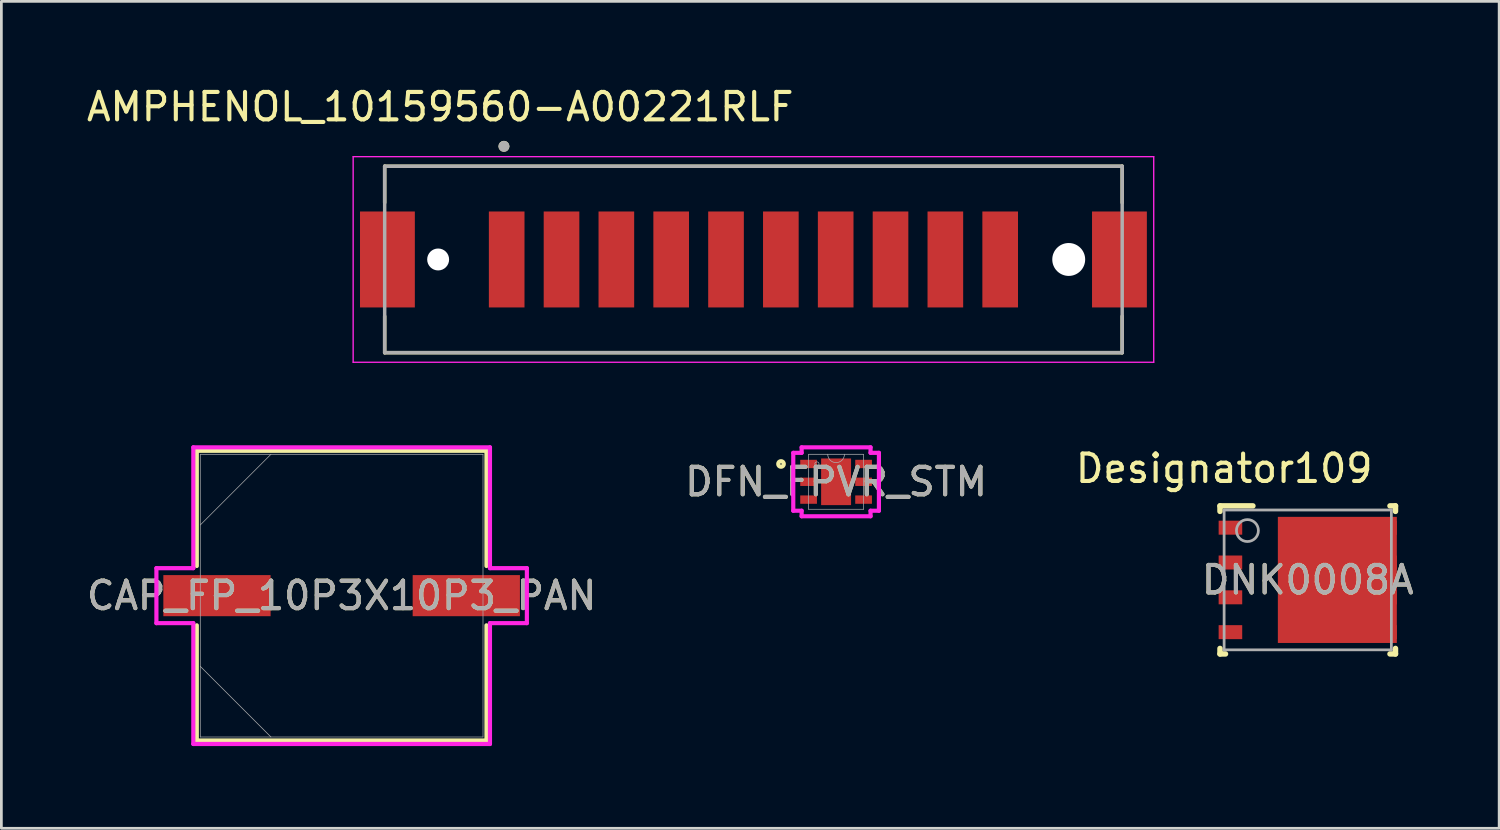
<source format=kicad_pcb>
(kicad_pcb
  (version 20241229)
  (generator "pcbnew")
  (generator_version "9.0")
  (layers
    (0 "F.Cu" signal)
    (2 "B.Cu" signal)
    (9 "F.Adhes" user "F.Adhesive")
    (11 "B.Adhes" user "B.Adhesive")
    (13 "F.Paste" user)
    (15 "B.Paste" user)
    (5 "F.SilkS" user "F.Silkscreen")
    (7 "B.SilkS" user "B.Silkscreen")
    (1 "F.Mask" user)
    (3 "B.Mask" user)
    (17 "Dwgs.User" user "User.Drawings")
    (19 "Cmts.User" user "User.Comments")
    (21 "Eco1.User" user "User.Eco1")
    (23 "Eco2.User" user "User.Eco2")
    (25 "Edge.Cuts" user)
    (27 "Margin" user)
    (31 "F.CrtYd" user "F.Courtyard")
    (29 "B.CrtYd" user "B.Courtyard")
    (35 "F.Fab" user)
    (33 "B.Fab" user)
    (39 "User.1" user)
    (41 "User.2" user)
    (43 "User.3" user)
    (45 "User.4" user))
  (footprint "AMPHENOL_10159560-A00221RLF"
    (layer "F.Cu")
    (at 24.431 6.414)
    (property "Reference" "AMPHENOL_10159560-A00221RLF" (at -11.425 -5.566 0) (layer "F.SilkS") (effects (font (size 1 1) (thickness 0.15))))
    (attr smd)
    (fp_line (start -13.45 -3.4) (end 13.45 -3.4) (stroke (width 0.127) (type solid)) (layer "F.SilkS"))
    (fp_line (start -13.45 -2.07) (end -13.45 -3.4) (stroke (width 0.127) (type solid)) (layer "F.SilkS"))
    (fp_line (start -13.45 3.4) (end -13.45 2.07) (stroke (width 0.127) (type solid)) (layer "F.SilkS"))
    (fp_line (start 13.45 -3.4) (end 13.45 -2.07) (stroke (width 0.127) (type solid)) (layer "F.SilkS"))
    (fp_line (start 13.45 3.4) (end -13.45 3.4) (stroke (width 0.127) (type solid)) (layer "F.SilkS"))
    (fp_line (start 13.45 3.4) (end 13.45 2.07) (stroke (width 0.127) (type solid)) (layer "F.SilkS"))
    (fp_circle (center -9.1 -4.127) (end -9 -4.127) (stroke (width 0.2) (type solid)) (fill no) (layer "F.SilkS"))
    (fp_line (start -14.6 -3.75) (end -14.6 3.75) (stroke (width 0.05) (type solid)) (layer "F.CrtYd"))
    (fp_line (start -14.6 3.75) (end 14.6 3.75) (stroke (width 0.05) (type solid)) (layer "F.CrtYd"))
    (fp_line (start 14.6 -3.75) (end -14.6 -3.75) (stroke (width 0.05) (type solid)) (layer "F.CrtYd"))
    (fp_line (start 14.6 3.75) (end 14.6 -3.75) (stroke (width 0.05) (type solid)) (layer "F.CrtYd"))
    (fp_line (start -13.45 -3.4) (end 13.45 -3.4) (stroke (width 0.127) (type solid)) (layer "F.Fab"))
    (fp_line (start -13.45 3.4) (end -13.45 -3.4) (stroke (width 0.127) (type solid)) (layer "F.Fab"))
    (fp_line (start 13.45 -3.4) (end 13.45 3.4) (stroke (width 0.127) (type solid)) (layer "F.Fab"))
    (fp_line (start 13.45 3.4) (end -13.45 3.4) (stroke (width 0.127) (type solid)) (layer "F.Fab"))
    (fp_circle (center -9.1 -4.127) (end -9 -4.127) (stroke (width 0.2) (type solid)) (fill no) (layer "F.Fab"))
    (pad "" np_thru_hole circle (at -11.5 0) (size 0.8 0.8) (drill 0.8) (layers "*.Cu" "*.Mask"))
    (pad "" np_thru_hole circle (at 11.5 0) (size 1.2 1.2) (drill 1.2) (layers "*.Cu" "*.Mask"))
    (pad "1" smd rect (at -9 0) (size 1.3 3.5) (layers "F.Cu" "F.Mask" "F.Paste"))
    (pad "2" smd rect (at -7 0) (size 1.3 3.5) (layers "F.Cu" "F.Mask" "F.Paste"))
    (pad "3" smd rect (at -5 0) (size 1.3 3.5) (layers "F.Cu" "F.Mask" "F.Paste"))
    (pad "4" smd rect (at -3 0) (size 1.3 3.5) (layers "F.Cu" "F.Mask" "F.Paste"))
    (pad "5" smd rect (at -1 0) (size 1.3 3.5) (layers "F.Cu" "F.Mask" "F.Paste"))
    (pad "6" smd rect (at 1 0) (size 1.3 3.5) (layers "F.Cu" "F.Mask" "F.Paste"))
    (pad "7" smd rect (at 3 0) (size 1.3 3.5) (layers "F.Cu" "F.Mask" "F.Paste"))
    (pad "8" smd rect (at 5 0) (size 1.3 3.5) (layers "F.Cu" "F.Mask" "F.Paste"))
    (pad "9" smd rect (at 7 0) (size 1.3 3.5) (layers "F.Cu" "F.Mask" "F.Paste"))
    (pad "10" smd rect (at 9 0) (size 1.3 3.5) (layers "F.Cu" "F.Mask" "F.Paste"))
    (pad "S1" smd rect (at -13.35 0) (size 2 3.5) (layers "F.Cu" "F.Mask" "F.Paste"))
    (pad "S2" smd rect (at 13.35 0) (size 2 3.5) (layers "F.Cu" "F.Mask" "F.Paste")))
  (footprint "DFN_FPVR_STM"
    (layer "F.Cu")
    (at 27.446 14.523)
    (property "Reference" "DFN_FPVR_STM" (at 0 0 0) (unlocked yes) (layer "F.SilkS") (effects (font (size 1 1) (thickness 0.15))))
    (attr smd)
    (fp_circle (center -2.009 -0.65) (end -1.907 -0.65) (stroke (width 0.152) (type solid)) (fill no) (layer "F.SilkS"))
    (fp_line (start -1.562 -1.056) (end -1.257 -1.056) (stroke (width 0.152) (type solid)) (layer "F.CrtYd"))
    (fp_line (start -1.562 1.056) (end -1.562 -1.056) (stroke (width 0.152) (type solid)) (layer "F.CrtYd"))
    (fp_line (start -1.562 1.056) (end -1.257 1.056) (stroke (width 0.152) (type solid)) (layer "F.CrtYd"))
    (fp_line (start -1.257 -1.257) (end 1.257 -1.257) (stroke (width 0.152) (type solid)) (layer "F.CrtYd"))
    (fp_line (start -1.257 -1.056) (end -1.257 -1.257) (stroke (width 0.152) (type solid)) (layer "F.CrtYd"))
    (fp_line (start -1.257 1.257) (end -1.257 1.056) (stroke (width 0.152) (type solid)) (layer "F.CrtYd"))
    (fp_line (start 1.257 -1.257) (end 1.257 -1.056) (stroke (width 0.152) (type solid)) (layer "F.CrtYd"))
    (fp_line (start 1.257 1.056) (end 1.257 1.257) (stroke (width 0.152) (type solid)) (layer "F.CrtYd"))
    (fp_line (start 1.257 1.257) (end -1.257 1.257) (stroke (width 0.152) (type solid)) (layer "F.CrtYd"))
    (fp_line (start 1.562 -1.056) (end 1.257 -1.056) (stroke (width 0.152) (type solid)) (layer "F.CrtYd"))
    (fp_line (start 1.562 -1.056) (end 1.562 1.056) (stroke (width 0.152) (type solid)) (layer "F.CrtYd"))
    (fp_line (start 1.562 1.056) (end 1.257 1.056) (stroke (width 0.152) (type solid)) (layer "F.CrtYd"))
    (fp_line (start -1.003 -1.003) (end -1.003 1.003) (stroke (width 0.025) (type solid)) (layer "F.Fab"))
    (fp_line (start -1.003 1.003) (end 1.003 1.003) (stroke (width 0.025) (type solid)) (layer "F.Fab"))
    (fp_line (start 1.003 -1.003) (end -1.003 -1.003) (stroke (width 0.025) (type solid)) (layer "F.Fab"))
    (fp_line (start 1.003 1.003) (end 1.003 -1.003) (stroke (width 0.025) (type solid)) (layer "F.Fab"))
    (fp_arc (start 0.3048 -1.0033) (mid 0 -0.6985) (end -0.3048 -1.0033) (stroke (width 0.0254) (type solid)) (layer "F.Fab"))
    (fp_circle (center -0.699 -0.65) (end -0.622 -0.65) (stroke (width 0.025) (type solid)) (fill no) (layer "F.Fab"))
    (fp_text user "${REFERENCE}" (at 0 0 0) (unlocked yes) (layer "F.Fab") (effects (font (size 1 1) (thickness 0.15))))
    (pad "1" smd rect (at -1.003 -0.65) (size 0.61 0.305) (layers "F.Cu" "F.Mask" "F.Paste"))
    (pad "2" smd rect (at -1.003 0) (size 0.61 0.305) (layers "F.Cu" "F.Mask" "F.Paste"))
    (pad "3" smd rect (at -1.003 0.65) (size 0.61 0.305) (layers "F.Cu" "F.Mask" "F.Paste"))
    (pad "4" smd rect (at 1.003 0.65) (size 0.61 0.305) (layers "F.Cu" "F.Mask" "F.Paste"))
    (pad "5" smd rect (at 1.003 0) (size 0.61 0.305) (layers "F.Cu" "F.Mask" "F.Paste"))
    (pad "6" smd rect (at 1.003 -0.65) (size 0.61 0.305) (layers "F.Cu" "F.Mask" "F.Paste"))
    (pad "7" smd rect (at 0 0) (size 1.092 1.702) (layers "F.Cu" "F.Mask" "F.Paste")))
  (footprint "DNK0008A"
    (layer "F.Cu")
    (at 44.649 18.102)
    (property "Reference" "DNK0008A" (at 0 0 0) (unlocked yes) (layer "F.SilkS") (effects (font (size 1 1) (thickness 0.15))))
    (attr smd)
    (fp_line (start -3.2 -2.7) (end -2 -2.7) (stroke (width 0.2) (type solid)) (layer "F.SilkS"))
    (fp_line (start -3.2 -2.5) (end -3.2 -2.7) (stroke (width 0.2) (type solid)) (layer "F.SilkS"))
    (fp_line (start -3.2 2.7) (end -3.2 2.5) (stroke (width 0.2) (type solid)) (layer "F.SilkS"))
    (fp_line (start -3.2 2.7) (end -3 2.7) (stroke (width 0.2) (type solid)) (layer "F.SilkS"))
    (fp_line (start 3 -2.7) (end 3.2 -2.7) (stroke (width 0.2) (type solid)) (layer "F.SilkS"))
    (fp_line (start 3 2.7) (end 3.2 2.7) (stroke (width 0.2) (type solid)) (layer "F.SilkS"))
    (fp_line (start 3.2 -2.5) (end 3.2 -2.7) (stroke (width 0.2) (type solid)) (layer "F.SilkS"))
    (fp_line (start 3.2 2.7) (end 3.2 2.5) (stroke (width 0.2) (type solid)) (layer "F.SilkS"))
    (fp_poly (pts (xy -0.92 -0.886) (xy -0.92 -2.054) (xy -0.919 -2.064) (xy -0.916 -2.074) (xy -0.911 -2.082) (xy -0.905 -2.09) (xy -0.897 -2.096) (xy -0.889 -2.101) (xy -0.879 -2.104) (xy -0.869 -2.105) (xy 0.509 -2.105) (xy 0.519 -2.104) (xy 0.529 -2.101) (xy 0.537 -2.096) (xy 0.545 -2.09) (xy 0.551 -2.082) (xy 0.556 -2.074) (xy 0.559 -2.064) (xy 0.56 -2.054) (xy 0.56 -0.886) (xy 0.559 -0.876) (xy 0.556 -0.866) (xy 0.551 -0.858) (xy 0.545 -0.85) (xy 0.537 -0.844) (xy 0.529 -0.839) (xy 0.519 -0.836) (xy 0.509 -0.835) (xy -0.869 -0.835) (xy -0.879 -0.836) (xy -0.889 -0.839) (xy -0.897 -0.844) (xy -0.905 -0.85) (xy -0.911 -0.858) (xy -0.916 -0.866) (xy -0.919 -0.876)) (stroke (width 0) (type solid)) (fill yes) (layer "F.Paste"))
    (fp_poly (pts (xy -0.92 0.584) (xy -0.92 -0.584) (xy -0.919 -0.594) (xy -0.916 -0.604) (xy -0.911 -0.612) (xy -0.905 -0.62) (xy -0.897 -0.626) (xy -0.889 -0.631) (xy -0.879 -0.634) (xy -0.869 -0.635) (xy 0.509 -0.635) (xy 0.519 -0.634) (xy 0.529 -0.631) (xy 0.537 -0.626) (xy 0.545 -0.62) (xy 0.551 -0.612) (xy 0.556 -0.604) (xy 0.559 -0.594) (xy 0.56 -0.584) (xy 0.56 0.584) (xy 0.559 0.594) (xy 0.556 0.604) (xy 0.551 0.612) (xy 0.545 0.62) (xy 0.537 0.626) (xy 0.529 0.631) (xy 0.519 0.634) (xy 0.509 0.635) (xy -0.869 0.635) (xy -0.879 0.634) (xy -0.889 0.631) (xy -0.897 0.626) (xy -0.905 0.62) (xy -0.911 0.612) (xy -0.916 0.604) (xy -0.919 0.594)) (stroke (width 0) (type solid)) (fill yes) (layer "F.Paste"))
    (fp_poly (pts (xy -0.92 2.054) (xy -0.92 0.886) (xy -0.919 0.876) (xy -0.916 0.866) (xy -0.911 0.858) (xy -0.905 0.85) (xy -0.897 0.844) (xy -0.889 0.839) (xy -0.879 0.836) (xy -0.869 0.835) (xy 0.509 0.835) (xy 0.519 0.836) (xy 0.529 0.839) (xy 0.537 0.844) (xy 0.545 0.85) (xy 0.551 0.858) (xy 0.556 0.866) (xy 0.559 0.876) (xy 0.56 0.886) (xy 0.56 2.054) (xy 0.559 2.064) (xy 0.556 2.074) (xy 0.551 2.082) (xy 0.545 2.09) (xy 0.537 2.096) (xy 0.529 2.101) (xy 0.519 2.104) (xy 0.509 2.105) (xy -0.869 2.105) (xy -0.879 2.104) (xy -0.889 2.101) (xy -0.897 2.096) (xy -0.905 2.09) (xy -0.911 2.082) (xy -0.916 2.074) (xy -0.919 2.064)) (stroke (width 0) (type solid)) (fill yes) (layer "F.Paste"))
    (fp_poly (pts (xy 0.76 -0.886) (xy 0.76 -2.054) (xy 0.761 -2.064) (xy 0.764 -2.074) (xy 0.769 -2.082) (xy 0.775 -2.09) (xy 0.783 -2.096) (xy 0.791 -2.101) (xy 0.801 -2.104) (xy 0.811 -2.105) (xy 2.189 -2.105) (xy 2.199 -2.104) (xy 2.209 -2.101) (xy 2.217 -2.096) (xy 2.225 -2.09) (xy 2.231 -2.082) (xy 2.236 -2.074) (xy 2.239 -2.064) (xy 2.24 -2.054) (xy 2.24 -0.886) (xy 2.239 -0.876) (xy 2.236 -0.866) (xy 2.231 -0.858) (xy 2.225 -0.85) (xy 2.217 -0.844) (xy 2.209 -0.839) (xy 2.199 -0.836) (xy 2.189 -0.835) (xy 0.811 -0.835) (xy 0.801 -0.836) (xy 0.791 -0.839) (xy 0.783 -0.844) (xy 0.775 -0.85) (xy 0.769 -0.858) (xy 0.764 -0.866) (xy 0.761 -0.876)) (stroke (width 0) (type solid)) (fill yes) (layer "F.Paste"))
    (fp_poly (pts (xy 0.76 0.584) (xy 0.76 -0.584) (xy 0.761 -0.594) (xy 0.764 -0.604) (xy 0.769 -0.612) (xy 0.775 -0.62) (xy 0.783 -0.626) (xy 0.791 -0.631) (xy 0.801 -0.634) (xy 0.811 -0.635) (xy 2.189 -0.635) (xy 2.199 -0.634) (xy 2.209 -0.631) (xy 2.217 -0.626) (xy 2.225 -0.62) (xy 2.231 -0.612) (xy 2.236 -0.604) (xy 2.239 -0.594) (xy 2.24 -0.584) (xy 2.24 0.584) (xy 2.239 0.594) (xy 2.236 0.604) (xy 2.231 0.612) (xy 2.225 0.62) (xy 2.217 0.626) (xy 2.209 0.631) (xy 2.199 0.634) (xy 2.189 0.635) (xy 0.811 0.635) (xy 0.801 0.634) (xy 0.791 0.631) (xy 0.783 0.626) (xy 0.775 0.62) (xy 0.769 0.612) (xy 0.764 0.604) (xy 0.761 0.594)) (stroke (width 0) (type solid)) (fill yes) (layer "F.Paste"))
    (fp_poly (pts (xy 0.76 2.054) (xy 0.76 0.886) (xy 0.761 0.876) (xy 0.764 0.866) (xy 0.769 0.858) (xy 0.775 0.85) (xy 0.783 0.844) (xy 0.791 0.839) (xy 0.801 0.836) (xy 0.811 0.835) (xy 2.189 0.835) (xy 2.199 0.836) (xy 2.209 0.839) (xy 2.217 0.844) (xy 2.225 0.85) (xy 2.231 0.858) (xy 2.236 0.866) (xy 2.239 0.876) (xy 2.24 0.886) (xy 2.24 2.054) (xy 2.239 2.064) (xy 2.236 2.074) (xy 2.231 2.082) (xy 2.225 2.09) (xy 2.217 2.096) (xy 2.209 2.101) (xy 2.199 2.104) (xy 2.189 2.105) (xy 0.811 2.105) (xy 0.801 2.104) (xy 0.791 2.101) (xy 0.783 2.096) (xy 0.775 2.09) (xy 0.769 2.082) (xy 0.764 2.074) (xy 0.761 2.064)) (stroke (width 0) (type solid)) (fill yes) (layer "F.Paste"))
    (fp_line (start -3.05 -2.55) (end 3.05 -2.55) (stroke (width 0.1) (type solid)) (layer "F.Fab"))
    (fp_line (start -3.05 2.55) (end -3.05 -2.55) (stroke (width 0.1) (type solid)) (layer "F.Fab"))
    (fp_line (start -3.05 2.55) (end 3.05 2.55) (stroke (width 0.1) (type solid)) (layer "F.Fab"))
    (fp_line (start 3.05 2.55) (end 3.05 -2.55) (stroke (width 0.1) (type solid)) (layer "F.Fab"))
    (fp_circle (center -2.2 -1.8) (end -1.8 -1.8) (stroke (width 0.1) (type solid)) (fill no) (layer "F.Fab"))
    (fp_text user "Designator109" (at -3.048 -4.064 0) (unlocked yes) (layer "F.SilkS") (effects (font (size 1 1) (thickness 0.15))))
    (fp_text user "${REFERENCE}" (at 0 0 0) (unlocked yes) (layer "F.Fab") (effects (font (size 1 1) (thickness 0.15))))
    (pad "1" smd rect (at -2.82 -1.905) (size 0.86 0.51) (layers "F.Cu" "F.Mask" "F.Paste"))
    (pad "2" smd rect (at -2.82 -0.635) (size 0.86 0.51) (layers "F.Cu" "F.Mask" "F.Paste"))
    (pad "3" smd rect (at -2.82 0.635) (size 0.86 0.51) (layers "F.Cu" "F.Mask" "F.Paste"))
    (pad "4" smd rect (at -2.82 1.905) (size 0.86 0.51) (layers "F.Cu" "F.Mask" "F.Paste"))
    (pad "5" smd rect (at 2.82 1.905) (size 0.86 0.51) (layers "F.Cu" "F.Mask" "F.Paste"))
    (pad "6" smd rect (at 1.08 0) (size 4.34 4.6) (layers "F.Cu" "F.Mask"))
    (pad "6" smd rect (at 2.82 0.635) (size 0.86 0.51) (layers "F.Cu" "F.Mask" "F.Paste"))
    (pad "7" smd rect (at 2.82 -0.635) (size 0.86 0.51) (layers "F.Cu" "F.Mask" "F.Paste"))
    (pad "8" smd rect (at 2.82 -1.905) (size 0.86 0.51) (layers "F.Cu" "F.Mask" "F.Paste")))
  (footprint "CAP_FP_10P3X10P3_PAN"
    (layer "F.Cu")
    (at 9.411 18.676)
    (property "Reference" "CAP_FP_10P3X10P3_PAN" (at 0 0 0) (unlocked yes) (layer "F.SilkS") (effects (font (size 1 1) (thickness 0.15))))
    (attr smd)
    (fp_line (start -5.283 -5.283) (end -5.283 -1.082) (stroke (width 0.152) (type solid)) (layer "F.SilkS"))
    (fp_line (start -5.283 1.082) (end -5.283 5.283) (stroke (width 0.152) (type solid)) (layer "F.SilkS"))
    (fp_line (start -5.283 5.283) (end 5.283 5.283) (stroke (width 0.152) (type solid)) (layer "F.SilkS"))
    (fp_line (start 5.283 -5.283) (end -5.283 -5.283) (stroke (width 0.152) (type solid)) (layer "F.SilkS"))
    (fp_line (start 5.283 -1.082) (end 5.283 -5.283) (stroke (width 0.152) (type solid)) (layer "F.SilkS"))
    (fp_line (start 5.283 5.283) (end 5.283 1.082) (stroke (width 0.152) (type solid)) (layer "F.SilkS"))
    (fp_line (start -6.756 -1.003) (end -5.41 -1.003) (stroke (width 0.152) (type solid)) (layer "F.CrtYd"))
    (fp_line (start -6.756 1.003) (end -6.756 -1.003) (stroke (width 0.152) (type solid)) (layer "F.CrtYd"))
    (fp_line (start -5.41 -5.41) (end 5.41 -5.41) (stroke (width 0.152) (type solid)) (layer "F.CrtYd"))
    (fp_line (start -5.41 -1.003) (end -5.41 -5.41) (stroke (width 0.152) (type solid)) (layer "F.CrtYd"))
    (fp_line (start -5.41 1.003) (end -6.756 1.003) (stroke (width 0.152) (type solid)) (layer "F.CrtYd"))
    (fp_line (start -5.41 5.41) (end -5.41 1.003) (stroke (width 0.152) (type solid)) (layer "F.CrtYd"))
    (fp_line (start 5.41 -5.41) (end 5.41 -1.003) (stroke (width 0.152) (type solid)) (layer "F.CrtYd"))
    (fp_line (start 5.41 -1.003) (end 6.756 -1.003) (stroke (width 0.152) (type solid)) (layer "F.CrtYd"))
    (fp_line (start 5.41 1.003) (end 5.41 5.41) (stroke (width 0.152) (type solid)) (layer "F.CrtYd"))
    (fp_line (start 5.41 5.41) (end -5.41 5.41) (stroke (width 0.152) (type solid)) (layer "F.CrtYd"))
    (fp_line (start 6.756 -1.003) (end 6.756 1.003) (stroke (width 0.152) (type solid)) (layer "F.CrtYd"))
    (fp_line (start 6.756 1.003) (end 5.41 1.003) (stroke (width 0.152) (type solid)) (layer "F.CrtYd"))
    (fp_line (start -5.156 -5.156) (end -5.156 5.156) (stroke (width 0.025) (type solid)) (layer "F.Fab"))
    (fp_line (start -5.156 -2.578) (end -2.578 -5.156) (stroke (width 0.025) (type solid)) (layer "F.Fab"))
    (fp_line (start -5.156 2.578) (end -2.578 5.156) (stroke (width 0.025) (type solid)) (layer "F.Fab"))
    (fp_line (start -5.156 5.156) (end 5.156 5.156) (stroke (width 0.025) (type solid)) (layer "F.Fab"))
    (fp_line (start 5.156 -5.156) (end -5.156 -5.156) (stroke (width 0.025) (type solid)) (layer "F.Fab"))
    (fp_line (start 5.156 5.156) (end 5.156 -5.156) (stroke (width 0.025) (type solid)) (layer "F.Fab"))
    (fp_circle (center -4.648 0) (end -4.648 0) (stroke (width 0.025) (type solid)) (fill no) (layer "F.Fab"))
    (fp_text user "${REFERENCE}" (at 0 0 0) (unlocked yes) (layer "F.Fab") (effects (font (size 1 1) (thickness 0.15))))
    (pad "1" smd rect (at -4.547 0) (size 3.912 1.499) (layers "F.Cu" "F.Mask" "F.Paste"))
    (pad "2" smd rect (at 4.547 0) (size 3.912 1.499) (layers "F.Cu" "F.Mask" "F.Paste"))
    (zone (net_name "") (layer "F.Cu") (hatch full 0.508) (connect_pads) (min_thickness 0.254) (filled_areas_thickness no) (keepout (tracks not_allowed) (vias not_allowed) (pads allowed) (copperpour not_allowed) (footprints allowed)) (placement (enabled no)) (fill) (polygon (pts (xy 4.305 13.57) (xy 14.516 13.57) (xy 14.516 17.876) (xy 4.305 17.876))))
    (zone (net_name "") (layer "F.Cu") (hatch full 0.508) (connect_pads) (min_thickness 0.254) (filled_areas_thickness no) (keepout (tracks not_allowed) (vias not_allowed) (pads allowed) (copperpour not_allowed) (footprints allowed)) (placement (enabled no)) (fill) (polygon (pts (xy 4.305 19.476) (xy 14.516 19.476) (xy 14.516 23.781) (xy 4.305 23.781))))
    (zone (net_name "") (layer "F.Cu") (hatch full 0.508) (connect_pads) (min_thickness 0.254) (filled_areas_thickness no) (keepout (tracks not_allowed) (vias not_allowed) (pads allowed) (copperpour not_allowed) (footprints allowed)) (placement (enabled no)) (fill) (polygon (pts (xy 6.871 17.876) (xy 11.951 17.876) (xy 11.951 19.476) (xy 6.871 19.476)))))
  (gr_rect
    (start -3 -3)
    (end 51.631 27.162)
    (stroke (width 0.1) (type default))
    (fill no)
    (layer "Edge.Cuts")))
</source>
